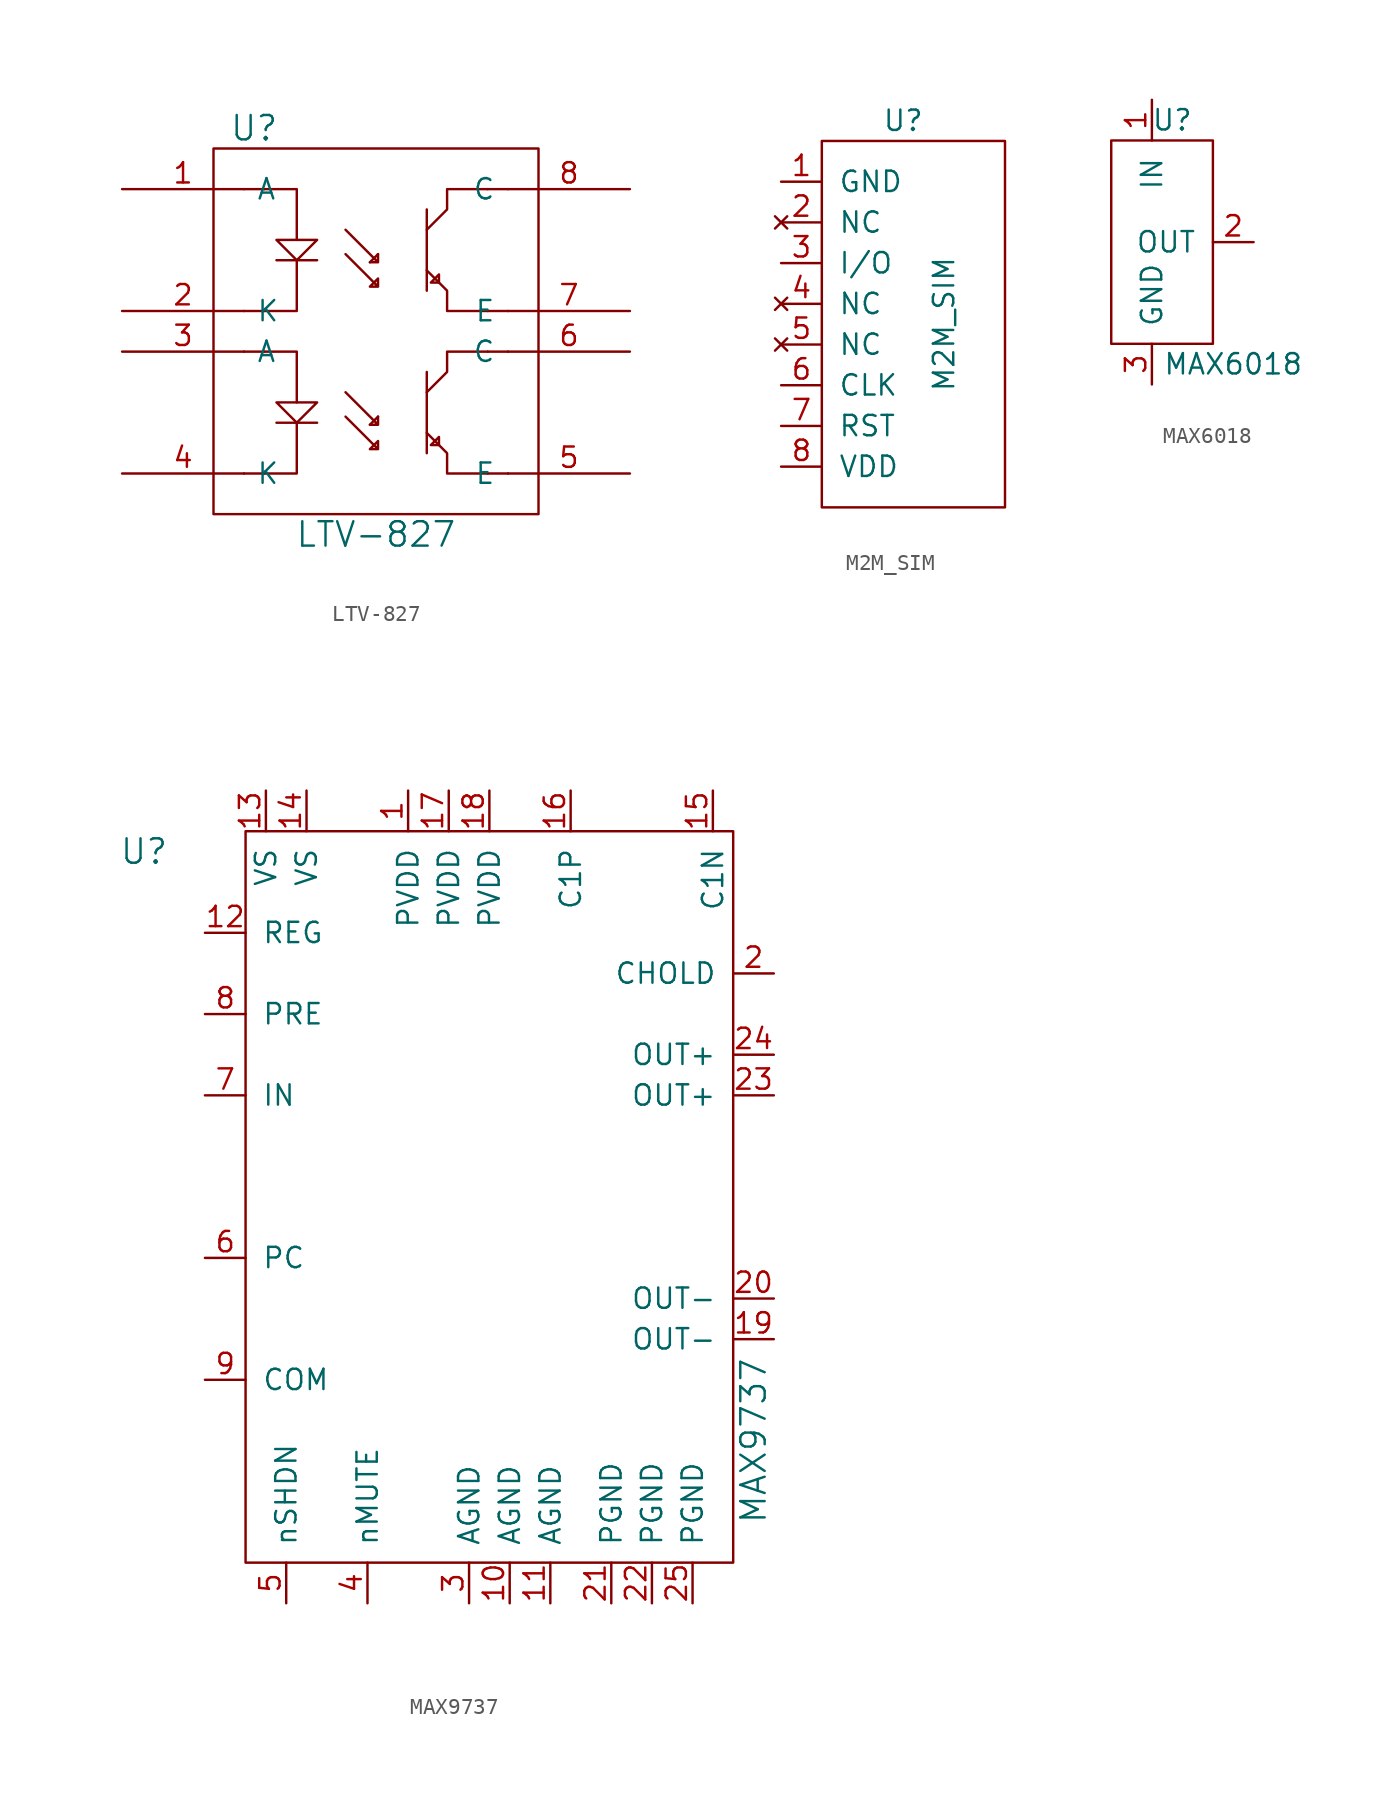
<source format=kicad_sym>
(kicad_symbol_lib
  (version 20211014)
  (generator kicad_symbol_editor)
  (symbol "LTV-827"
    (pin_names
      (offset 0.762))
    (property "Reference" "U"
      (at -8.255 12.7 0)
      (effects (font (size 1.524 1.524))))
    (property "Value" "LTV-827"
      (at -0.635 -12.7 0)
      (effects (font (size 1.524 1.524))))
    (property "Footprint" ""
      (at 0 -10.16 0)
      (effects (font (size 1.524 1.524))))
    (property "Datasheet" ""
      (at 0 -10.16 0)
      (effects (font (size 1.524 1.524))))
    (symbol "LTV-827_0_1"
      (rectangle (start -10.795 11.43) (end 9.525 -11.43) (stroke (width 0) (type default) (color 0 0 0 0)) (fill (type none)))
      (polyline (pts (xy -6.858 -5.715) (xy -4.318 -5.715)) (stroke (width 0) (type default) (color 0 0 0 0)) (fill (type none)))
      (polyline (pts (xy -6.858 4.445) (xy -4.318 4.445)) (stroke (width 0) (type default) (color 0 0 0 0)) (fill (type none)))
      (polyline (pts (xy -8.89 -8.89) (xy -7.62 -8.89) (xy -7.62 -8.89)) (stroke (width 0) (type default) (color 0 0 0 0)) (fill (type none)))
      (polyline (pts (xy -8.89 -1.27) (xy -7.62 -1.27) (xy -7.62 -1.27)) (stroke (width 0) (type default) (color 0 0 0 0)) (fill (type none)))
      (polyline (pts (xy -8.89 1.27) (xy -7.62 1.27) (xy -7.62 1.27)) (stroke (width 0) (type default) (color 0 0 0 0)) (fill (type none)))
      (polyline (pts (xy -8.89 8.89) (xy -7.62 8.89) (xy -7.62 8.89)) (stroke (width 0) (type default) (color 0 0 0 0)) (fill (type none)))
      (polyline (pts (xy -7.62 -1.27) (xy -5.588 -1.27) (xy -5.588 -4.445)) (stroke (width 0) (type default) (color 0 0 0 0)) (fill (type none)))
      (polyline (pts (xy -7.62 1.27) (xy -5.588 1.27) (xy -5.588 4.445)) (stroke (width 0) (type default) (color 0 0 0 0)) (fill (type none)))
      (polyline (pts (xy -5.588 -5.715) (xy -5.588 -8.89) (xy -7.62 -8.89)) (stroke (width 0) (type default) (color 0 0 0 0)) (fill (type none)))
      (polyline (pts (xy -5.588 5.715) (xy -5.588 8.89) (xy -7.62 8.89)) (stroke (width 0) (type default) (color 0 0 0 0)) (fill (type none)))
      (polyline (pts (xy -1.016 -5.842) (xy -0.508 -5.334) (xy -0.508 -5.334)) (stroke (width 0) (type default) (color 0 0 0 0)) (fill (type none)))
      (polyline (pts (xy -1.016 4.318) (xy -0.508 4.826) (xy -0.508 4.826)) (stroke (width 0) (type default) (color 0 0 0 0)) (fill (type none)))
      (polyline (pts (xy 2.54 -2.54) (xy 2.54 -7.62) (xy 2.54 -7.62)) (stroke (width 0) (type default) (color 0 0 0 0)) (fill (type none)))
      (polyline (pts (xy 2.54 7.62) (xy 2.54 2.54) (xy 2.54 2.54)) (stroke (width 0) (type default) (color 0 0 0 0)) (fill (type none)))
      (polyline (pts (xy 7.62 -8.89) (xy 6.35 -8.89) (xy 6.35 -8.89)) (stroke (width 0) (type default) (color 0 0 0 0)) (fill (type none)))
      (polyline (pts (xy 7.62 -1.27) (xy 6.35 -1.27) (xy 6.35 -1.27)) (stroke (width 0) (type default) (color 0 0 0 0)) (fill (type none)))
      (polyline (pts (xy 7.62 1.27) (xy 6.35 1.27) (xy 6.35 1.27)) (stroke (width 0) (type default) (color 0 0 0 0)) (fill (type none)))
      (polyline (pts (xy 7.62 8.89) (xy 6.35 8.89) (xy 6.35 8.89)) (stroke (width 0) (type default) (color 0 0 0 0)) (fill (type none)))
      (polyline (pts (xy -6.858 -4.445) (xy -5.588 -4.445) (xy -4.318 -4.445) (xy -5.588 -5.715) (xy -6.858 -4.445)) (stroke (width 0) (type default) (color 0 0 0 0)) (fill (type none)))
      (polyline (pts (xy -6.858 5.715) (xy -5.588 5.715) (xy -4.318 5.715) (xy -5.588 4.445) (xy -6.858 5.715)) (stroke (width 0) (type default) (color 0 0 0 0)) (fill (type none)))
      (polyline (pts (xy 2.54 -6.35) (xy 3.81 -7.62) (xy 3.81 -8.89) (xy 6.35 -8.89) (xy 6.35 -8.89)) (stroke (width 0) (type default) (color 0 0 0 0)) (fill (type none)))
      (polyline (pts (xy 2.54 -3.81) (xy 3.81 -2.54) (xy 3.81 -1.27) (xy 6.35 -1.27) (xy 6.35 -1.27)) (stroke (width 0) (type default) (color 0 0 0 0)) (fill (type none)))
      (polyline (pts (xy 2.54 3.81) (xy 3.81 2.54) (xy 3.81 1.27) (xy 6.35 1.27) (xy 6.35 1.27)) (stroke (width 0) (type default) (color 0 0 0 0)) (fill (type none)))
      (polyline (pts (xy 2.54 6.35) (xy 3.81 7.62) (xy 3.81 8.89) (xy 6.35 8.89) (xy 6.35 8.89)) (stroke (width 0) (type default) (color 0 0 0 0)) (fill (type none)))
      (polyline (pts (xy 2.794 -7.112) (xy 3.302 -6.604) (xy 3.302 -7.112) (xy 2.794 -7.112) (xy 2.794 -7.112)) (stroke (width 0) (type default) (color 0 0 0 0)) (fill (type none)))
      (polyline (pts (xy 2.794 3.048) (xy 3.302 3.556) (xy 3.302 3.048) (xy 2.794 3.048) (xy 2.794 3.048)) (stroke (width 0) (type default) (color 0 0 0 0)) (fill (type none)))
      (polyline (pts (xy -2.54 -3.81) (xy -0.508 -5.842) (xy -0.508 -5.334) (xy -0.508 -5.842) (xy -1.016 -5.842) (xy -1.016 -5.842)) (stroke (width 0) (type default) (color 0 0 0 0)) (fill (type none)))
      (polyline (pts (xy -2.54 6.35) (xy -0.508 4.318) (xy -0.508 4.826) (xy -0.508 4.318) (xy -1.016 4.318) (xy -1.016 4.318)) (stroke (width 0) (type default) (color 0 0 0 0)) (fill (type none)))
      (polyline (pts (xy -2.54 -5.334) (xy -0.508 -7.366) (xy -0.508 -6.858) (xy -0.508 -7.366) (xy -1.016 -7.366) (xy -0.508 -6.858) (xy -0.508 -6.858)) (stroke (width 0) (type default) (color 0 0 0 0)) (fill (type none)))
      (polyline (pts (xy -2.54 4.826) (xy -0.508 2.794) (xy -0.508 3.302) (xy -0.508 2.794) (xy -1.016 2.794) (xy -0.508 3.302) (xy -0.508 3.302)) (stroke (width 0) (type default) (color 0 0 0 0)) (fill (type none))))
    (symbol "LTV-827_1_1"
      (pin input line (at -16.51 8.89 0) (length 7.62) (name "A" (effects (font (size 1.27 1.27)))) (number "1" (effects (font (size 1.27 1.27)))))
      (pin input line (at -16.51 1.27 0) (length 7.62) (name "K" (effects (font (size 1.27 1.27)))) (number "2" (effects (font (size 1.27 1.27)))))
      (pin input line (at -16.51 -1.27 0) (length 7.62) (name "A" (effects (font (size 1.27 1.27)))) (number "3" (effects (font (size 1.27 1.27)))))
      (pin input line (at -16.51 -8.89 0) (length 7.62) (name "K" (effects (font (size 1.27 1.27)))) (number "4" (effects (font (size 1.27 1.27)))))
      (pin passive line (at 15.24 -8.89 180) (length 7.62) (name "E" (effects (font (size 1.27 1.27)))) (number "5" (effects (font (size 1.27 1.27)))))
      (pin passive line (at 15.24 -1.27 180) (length 7.62) (name "C" (effects (font (size 1.27 1.27)))) (number "6" (effects (font (size 1.27 1.27)))))
      (pin passive line (at 15.24 1.27 180) (length 7.62) (name "E" (effects (font (size 1.27 1.27)))) (number "7" (effects (font (size 1.27 1.27)))))
      (pin passive line (at 15.24 8.89 180) (length 7.62) (name "C" (effects (font (size 1.27 1.27)))) (number "8" (effects (font (size 1.27 1.27)))))))
  (symbol "M2M_SIM"
    (pin_names
      (offset 1.016))
    (property "Reference" "U"
      (at 0 12.7 0)
      (effects (font (size 1.27 1.27))))
    (property "Value" "M2M_SIM"
      (at 2.54 0 90)
      (effects (font (size 1.27 1.27))))
    (symbol "M2M_SIM_0_1"
      (rectangle (start -5.08 11.43) (end 6.35 -11.43) (stroke (width 0) (type default) (color 0 0 0 0)) (fill (type none))))
    (symbol "M2M_SIM_1_1"
      (pin passive line (at -7.62 8.89 0) (length 2.54) (name "GND" (effects (font (size 1.27 1.27)))) (number "1" (effects (font (size 1.27 1.27)))))
      (pin no_connect line (at -7.62 6.35 0) (length 2.54) (name "NC" (effects (font (size 1.27 1.27)))) (number "2" (effects (font (size 1.27 1.27)))))
      (pin bidirectional line (at -7.62 3.81 0) (length 2.54) (name "I/O" (effects (font (size 1.27 1.27)))) (number "3" (effects (font (size 1.27 1.27)))))
      (pin no_connect line (at -7.62 1.27 0) (length 2.54) (name "NC" (effects (font (size 1.27 1.27)))) (number "4" (effects (font (size 1.27 1.27)))))
      (pin no_connect line (at -7.62 -1.27 0) (length 2.54) (name "NC" (effects (font (size 1.27 1.27)))) (number "5" (effects (font (size 1.27 1.27)))))
      (pin input line (at -7.62 -3.81 0) (length 2.54) (name "CLK" (effects (font (size 1.27 1.27)))) (number "6" (effects (font (size 1.27 1.27)))))
      (pin input line (at -7.62 -6.35 0) (length 2.54) (name "RST" (effects (font (size 1.27 1.27)))) (number "7" (effects (font (size 1.27 1.27)))))
      (pin passive line (at -7.62 -8.89 0) (length 2.54) (name "VDD" (effects (font (size 1.27 1.27)))) (number "8" (effects (font (size 1.27 1.27)))))))
  (symbol "MAX6018"
    (pin_names
      (offset 1.016))
    (property "Reference" "U"
      (at 1.27 7.62 0)
      (effects (font (size 1.27 1.27))))
    (property "Value" "MAX6018"
      (at 5.08 -7.62 0)
      (effects (font (size 1.27 1.27))))
    (symbol "MAX6018_0_1"
      (rectangle (start -2.54 6.35) (end 3.81 -6.35) (stroke (width 0) (type default) (color 0 0 0 0)) (fill (type none))))
    (symbol "MAX6018_1_1"
      (pin passive line (at 0 8.89 270) (length 2.54) (name "IN" (effects (font (size 1.27 1.27)))) (number "1" (effects (font (size 1.27 1.27)))))
      (pin passive line (at 6.35 0 180) (length 2.54) (name "OUT" (effects (font (size 1.27 1.27)))) (number "2" (effects (font (size 1.27 1.27)))))
      (pin passive line (at 0 -8.89 90) (length 2.54) (name "GND" (effects (font (size 1.27 1.27)))) (number "3" (effects (font (size 1.27 1.27)))))))
  (symbol "MAX9737"
    (pin_names
      (offset 1.016))
    (property "Reference" "U"
      (at -21.59 21.59 0)
      (effects (font (size 1.524 1.524))))
    (property "Value" "MAX9737"
      (at 16.51 -15.24 90)
      (effects (font (size 1.524 1.524))))
    (property "Footprint" ""
      (at 6.35 -10.16 0)
      (effects (font (size 1.524 1.524))))
    (property "Datasheet" ""
      (at 6.35 -10.16 0)
      (effects (font (size 1.524 1.524))))
    (symbol "MAX9737_0_1"
      (rectangle (start -15.24 22.86) (end 15.24 -22.86) (stroke (width 0) (type default) (color 0 0 0 0)) (fill (type none))))
    (symbol "MAX9737_1_1"
      (pin passive line (at -5.08 25.4 270) (length 2.54) (name "PVDD" (effects (font (size 1.27 1.27)))) (number "1" (effects (font (size 1.27 1.27)))))
      (pin passive line (at 1.27 -25.4 90) (length 2.54) (name "AGND" (effects (font (size 1.27 1.27)))) (number "10" (effects (font (size 1.27 1.27)))))
      (pin passive line (at 3.81 -25.4 90) (length 2.54) (name "AGND" (effects (font (size 1.27 1.27)))) (number "11" (effects (font (size 1.27 1.27)))))
      (pin passive line (at -17.78 16.51 0) (length 2.54) (name "REG" (effects (font (size 1.27 1.27)))) (number "12" (effects (font (size 1.27 1.27)))))
      (pin passive line (at -13.97 25.4 270) (length 2.54) (name "VS" (effects (font (size 1.27 1.27)))) (number "13" (effects (font (size 1.27 1.27)))))
      (pin passive line (at -11.43 25.4 270) (length 2.54) (name "VS" (effects (font (size 1.27 1.27)))) (number "14" (effects (font (size 1.27 1.27)))))
      (pin passive line (at 13.97 25.4 270) (length 2.54) (name "C1N" (effects (font (size 1.27 1.27)))) (number "15" (effects (font (size 1.27 1.27)))))
      (pin passive line (at 5.08 25.4 270) (length 2.54) (name "C1P" (effects (font (size 1.27 1.27)))) (number "16" (effects (font (size 1.27 1.27)))))
      (pin passive line (at -2.54 25.4 270) (length 2.54) (name "PVDD" (effects (font (size 1.27 1.27)))) (number "17" (effects (font (size 1.27 1.27)))))
      (pin passive line (at 0 25.4 270) (length 2.54) (name "PVDD" (effects (font (size 1.27 1.27)))) (number "18" (effects (font (size 1.27 1.27)))))
      (pin passive line (at 17.78 -8.89 180) (length 2.54) (name "OUT-" (effects (font (size 1.27 1.27)))) (number "19" (effects (font (size 1.27 1.27)))))
      (pin passive line (at 17.78 13.97 180) (length 2.54) (name "CHOLD" (effects (font (size 1.27 1.27)))) (number "2" (effects (font (size 1.27 1.27)))))
      (pin passive line (at 17.78 -6.35 180) (length 2.54) (name "OUT-" (effects (font (size 1.27 1.27)))) (number "20" (effects (font (size 1.27 1.27)))))
      (pin passive line (at 7.62 -25.4 90) (length 2.54) (name "PGND" (effects (font (size 1.27 1.27)))) (number "21" (effects (font (size 1.27 1.27)))))
      (pin passive line (at 10.16 -25.4 90) (length 2.54) (name "PGND" (effects (font (size 1.27 1.27)))) (number "22" (effects (font (size 1.27 1.27)))))
      (pin passive line (at 17.78 6.35 180) (length 2.54) (name "OUT+" (effects (font (size 1.27 1.27)))) (number "23" (effects (font (size 1.27 1.27)))))
      (pin passive line (at 17.78 8.89 180) (length 2.54) (name "OUT+" (effects (font (size 1.27 1.27)))) (number "24" (effects (font (size 1.27 1.27)))))
      (pin passive line (at 12.7 -25.4 90) (length 2.54) (name "PGND" (effects (font (size 1.27 1.27)))) (number "25" (effects (font (size 1.27 1.27)))))
      (pin passive line (at -1.27 -25.4 90) (length 2.54) (name "AGND" (effects (font (size 1.27 1.27)))) (number "3" (effects (font (size 1.27 1.27)))))
      (pin passive line (at -7.62 -25.4 90) (length 2.54) (name "nMUTE" (effects (font (size 1.27 1.27)))) (number "4" (effects (font (size 1.27 1.27)))))
      (pin passive line (at -12.7 -25.4 90) (length 2.54) (name "nSHDN" (effects (font (size 1.27 1.27)))) (number "5" (effects (font (size 1.27 1.27)))))
      (pin passive line (at -17.78 -3.81 0) (length 2.54) (name "PC" (effects (font (size 1.27 1.27)))) (number "6" (effects (font (size 1.27 1.27)))))
      (pin passive line (at -17.78 6.35 0) (length 2.54) (name "IN" (effects (font (size 1.27 1.27)))) (number "7" (effects (font (size 1.27 1.27)))))
      (pin passive line (at -17.78 11.43 0) (length 2.54) (name "PRE" (effects (font (size 1.27 1.27)))) (number "8" (effects (font (size 1.27 1.27)))))
      (pin passive line (at -17.78 -11.43 0) (length 2.54) (name "COM" (effects (font (size 1.27 1.27)))) (number "9" (effects (font (size 1.27 1.27))))))))
</source>
